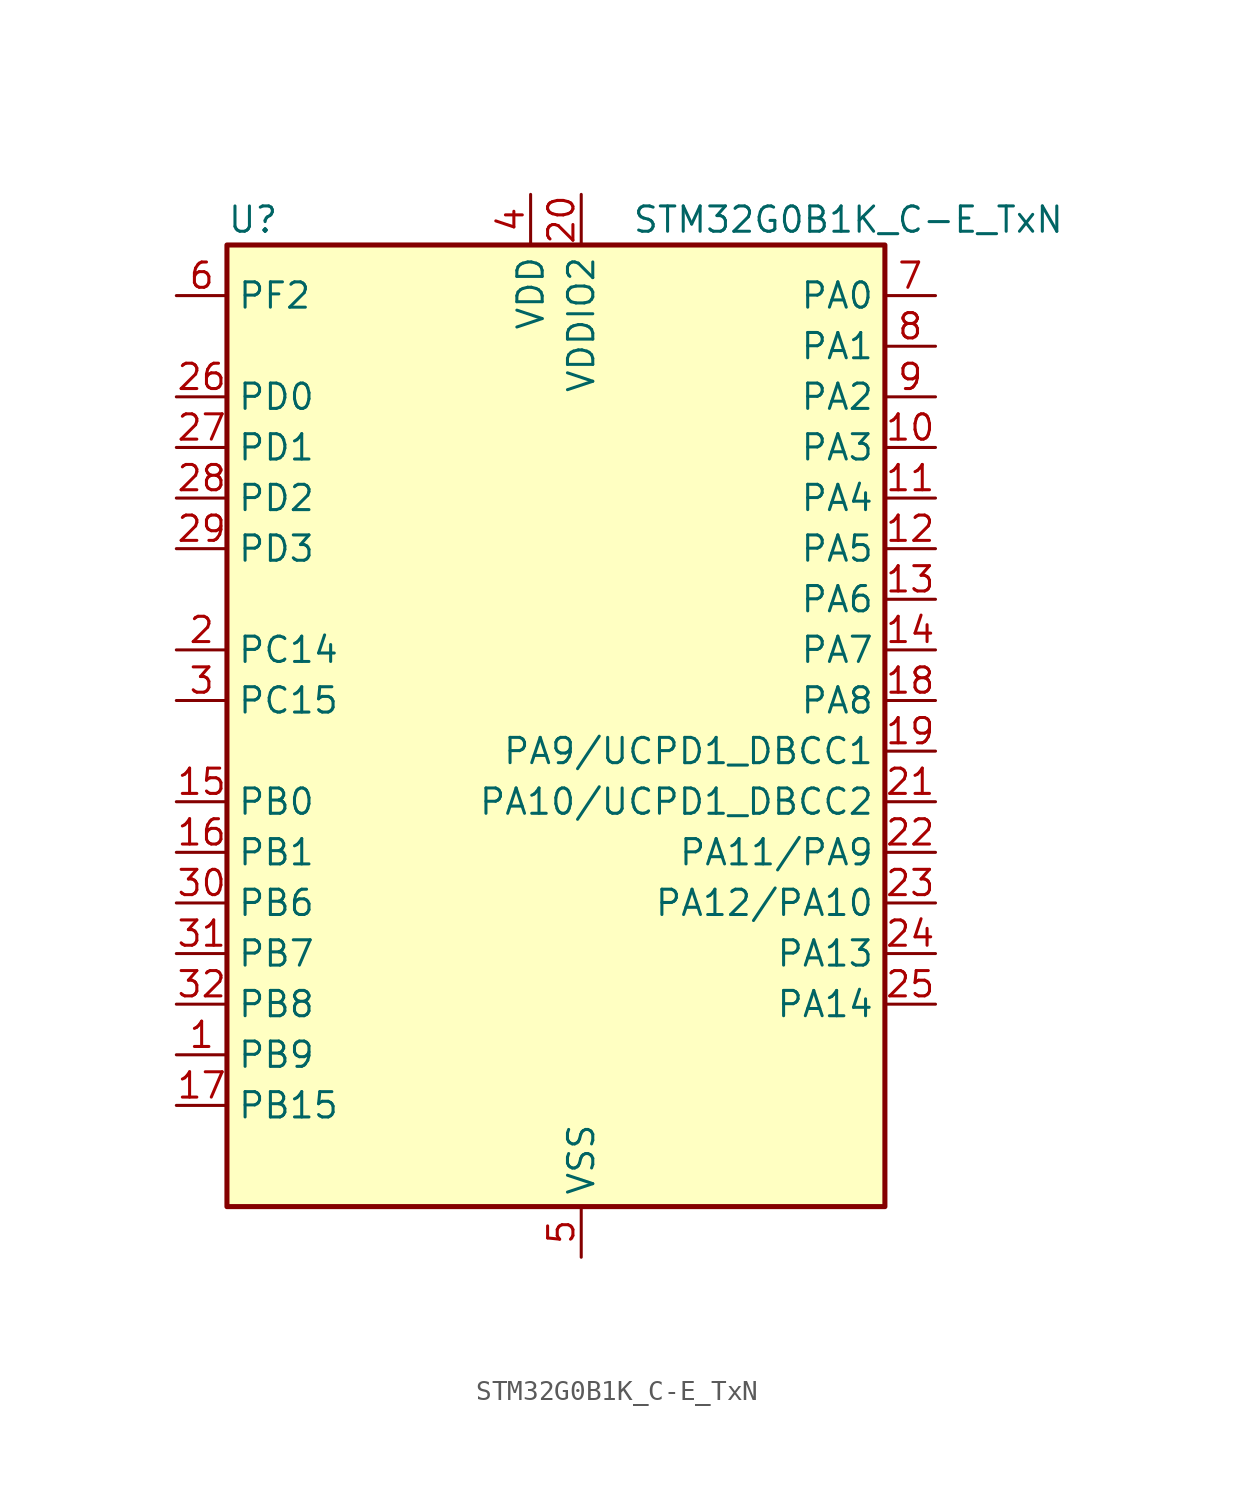
<source format=kicad_sym>
(kicad_symbol_lib
  (version 20211014)
  (generator kicad-library-utils)
  (symbol "STM32G0B1K_C-E_TxN"
    (property "Reference" "U"
      (at -15.24 26.67 0)
      (effects (font (size 1.27 1.27)) (justify left)))
    (property "Value" "STM32G0B1K_C-E_TxN"
      (at 5.08 26.67 0)
      (effects (font (size 1.27 1.27)) (justify left)))
    (property "ki_fp_filters" "LQFP*7x7mm*P0.8mm*"
      (at 0.0 0.0 0.0)
      (effects (font (size 1.27 1.27))))
    (symbol "STM32G0B1K_C-E_TxN_0_1"
      (rectangle (start -15.24 -22.86) (end 17.78 25.4) (stroke (width 0.254)) (fill (type background))))
    (symbol "STM32G0B1K_C-E_TxN_1_1"
      (pin bidirectional line (at -17.78 22.86 0) (length 2.54) (name "PF2" (effects (font (size 1.27 1.27)))) (number "6" (effects (font (size 1.27 1.27)))) (alternate "LPUART2_DE" bidirectional line) (alternate "LPUART2_RTS" bidirectional line) (alternate "LPUART2_TX" bidirectional line) (alternate "RCC_MCO" bidirectional line))
      (pin bidirectional line (at -17.78 17.78 0) (length 2.54) (name "PD0" (effects (font (size 1.27 1.27)))) (number "26" (effects (font (size 1.27 1.27)))) (alternate "FDCAN1_RX" bidirectional line) (alternate "I2S2_WS" bidirectional line) (alternate "SPI2_NSS" bidirectional line) (alternate "TIM16_CH1" bidirectional line) (alternate "UCPD2_CC1" bidirectional line))
      (pin bidirectional line (at -17.78 15.24 0) (length 2.54) (name "PD1" (effects (font (size 1.27 1.27)))) (number "27" (effects (font (size 1.27 1.27)))) (alternate "FDCAN1_TX" bidirectional line) (alternate "I2S2_CK" bidirectional line) (alternate "SPI2_SCK" bidirectional line) (alternate "TIM17_CH1" bidirectional line) (alternate "UCPD2_DBCC1" bidirectional line))
      (pin bidirectional line (at -17.78 12.7 0) (length 2.54) (name "PD2" (effects (font (size 1.27 1.27)))) (number "28" (effects (font (size 1.27 1.27)))) (alternate "TIM1_CH1N" bidirectional line) (alternate "TIM3_ETR" bidirectional line) (alternate "UCPD2_CC2" bidirectional line) (alternate "USART3_CK" bidirectional line) (alternate "USART3_DE" bidirectional line) (alternate "USART3_RTS" bidirectional line) (alternate "USART5_RX" bidirectional line))
      (pin bidirectional line (at -17.78 10.16 0) (length 2.54) (name "PD3" (effects (font (size 1.27 1.27)))) (number "29" (effects (font (size 1.27 1.27)))) (alternate "I2S2_MCK" bidirectional line) (alternate "SPI2_MISO" bidirectional line) (alternate "TIM1_CH2N" bidirectional line) (alternate "UCPD2_DBCC2" bidirectional line) (alternate "USART2_CTS" bidirectional line) (alternate "USART2_NSS" bidirectional line) (alternate "USART5_TX" bidirectional line))
      (pin bidirectional line (at -17.78 5.08 0) (length 2.54) (name "PC14" (effects (font (size 1.27 1.27)))) (number "2" (effects (font (size 1.27 1.27)))) (alternate "RCC_OSC32_IN" bidirectional line) (alternate "RCC_OSC_IN" bidirectional line) (alternate "TIM1_BK2" bidirectional line))
      (pin bidirectional line (at -17.78 2.54 0) (length 2.54) (name "PC15" (effects (font (size 1.27 1.27)))) (number "3" (effects (font (size 1.27 1.27)))) (alternate "RCC_OSC32_EN" bidirectional line) (alternate "RCC_OSC32_OUT" bidirectional line) (alternate "RCC_OSC_EN" bidirectional line) (alternate "TIM15_BK" bidirectional line))
      (pin bidirectional line (at -17.78 -2.54 0) (length 2.54) (name "PB0" (effects (font (size 1.27 1.27)))) (number "15" (effects (font (size 1.27 1.27)))) (alternate "ADC1_IN8" bidirectional line) (alternate "COMP1_OUT" bidirectional line) (alternate "COMP3_INP" bidirectional line) (alternate "FDCAN2_RX" bidirectional line) (alternate "I2S1_WS" bidirectional line) (alternate "LPTIM1_OUT" bidirectional line) (alternate "LPUART2_CTS" bidirectional line) (alternate "SPI1_NSS" bidirectional line) (alternate "TIM1_CH2N" bidirectional line) (alternate "TIM3_CH3" bidirectional line) (alternate "UCPD1_FRSTX1" bidirectional line) (alternate "UCPD1_FRSTX2" bidirectional line) (alternate "USART3_RX" bidirectional line) (alternate "USART5_TX" bidirectional line))
      (pin bidirectional line (at -17.78 -5.08 0) (length 2.54) (name "PB1" (effects (font (size 1.27 1.27)))) (number "16" (effects (font (size 1.27 1.27)))) (alternate "ADC1_IN9" bidirectional line) (alternate "COMP1_INM" bidirectional line) (alternate "COMP3_OUT" bidirectional line) (alternate "FDCAN2_TX" bidirectional line) (alternate "LPTIM2_IN1" bidirectional line) (alternate "LPUART1_DE" bidirectional line) (alternate "LPUART1_RTS" bidirectional line) (alternate "LPUART2_DE" bidirectional line) (alternate "LPUART2_RTS" bidirectional line) (alternate "TIM14_CH1" bidirectional line) (alternate "TIM1_CH3N" bidirectional line) (alternate "TIM3_CH4" bidirectional line) (alternate "USART3_CK" bidirectional line) (alternate "USART3_DE" bidirectional line) (alternate "USART3_RTS" bidirectional line) (alternate "USART5_RX" bidirectional line))
      (pin bidirectional line (at -17.78 -7.62 0) (length 2.54) (name "PB6" (effects (font (size 1.27 1.27)))) (number "30" (effects (font (size 1.27 1.27)))) (alternate "COMP2_INP" bidirectional line) (alternate "FDCAN2_TX" bidirectional line) (alternate "I2C1_SCL" bidirectional line) (alternate "I2S2_MCK" bidirectional line) (alternate "LPTIM1_ETR" bidirectional line) (alternate "LPUART2_TX" bidirectional line) (alternate "SPI2_MISO" bidirectional line) (alternate "TIM16_CH1N" bidirectional line) (alternate "TIM1_CH3" bidirectional line) (alternate "TIM4_CH1" bidirectional line) (alternate "USART1_TX" bidirectional line) (alternate "USART5_CTS" bidirectional line) (alternate "USART5_NSS" bidirectional line))
      (pin bidirectional line (at -17.78 -10.16 0) (length 2.54) (name "PB7" (effects (font (size 1.27 1.27)))) (number "31" (effects (font (size 1.27 1.27)))) (alternate "COMP2_INM" bidirectional line) (alternate "I2C1_SDA" bidirectional line) (alternate "I2S2_SD" bidirectional line) (alternate "LPTIM1_IN2" bidirectional line) (alternate "LPUART2_RX" bidirectional line) (alternate "SPI2_MOSI" bidirectional line) (alternate "SYS_PVD_IN" bidirectional line) (alternate "TIM17_CH1N" bidirectional line) (alternate "TIM4_CH2" bidirectional line) (alternate "USART1_RX" bidirectional line) (alternate "USART4_CTS" bidirectional line) (alternate "USART4_NSS" bidirectional line))
      (pin bidirectional line (at -17.78 -12.7 0) (length 2.54) (name "PB8" (effects (font (size 1.27 1.27)))) (number "32" (effects (font (size 1.27 1.27)))) (alternate "CEC" bidirectional line) (alternate "FDCAN1_RX" bidirectional line) (alternate "I2C1_SCL" bidirectional line) (alternate "I2S2_CK" bidirectional line) (alternate "SPI2_SCK" bidirectional line) (alternate "TIM15_BK" bidirectional line) (alternate "TIM16_CH1" bidirectional line) (alternate "TIM4_CH3" bidirectional line) (alternate "USART3_TX" bidirectional line) (alternate "USART6_TX" bidirectional line))
      (pin bidirectional line (at -17.78 -15.24 0) (length 2.54) (name "PB9" (effects (font (size 1.27 1.27)))) (number "1" (effects (font (size 1.27 1.27)))) (alternate "DAC1_EXTI9" bidirectional line) (alternate "FDCAN1_TX" bidirectional line) (alternate "I2C1_SDA" bidirectional line) (alternate "I2S2_WS" bidirectional line) (alternate "IR_OUT" bidirectional line) (alternate "SPI2_NSS" bidirectional line) (alternate "TIM17_CH1" bidirectional line) (alternate "TIM4_CH4" bidirectional line) (alternate "UCPD2_FRSTX1" bidirectional line) (alternate "UCPD2_FRSTX2" bidirectional line) (alternate "USART3_RX" bidirectional line) (alternate "USART6_RX" bidirectional line))
      (pin bidirectional line (at -17.78 -17.78 0) (length 2.54) (name "PB15" (effects (font (size 1.27 1.27)))) (number "17" (effects (font (size 1.27 1.27)))) (alternate "I2S2_SD" bidirectional line) (alternate "RTC_REFIN" bidirectional line) (alternate "SPI2_MOSI" bidirectional line) (alternate "TIM15_CH1N" bidirectional line) (alternate "TIM15_CH2" bidirectional line) (alternate "TIM1_CH3N" bidirectional line) (alternate "UCPD1_CC2" bidirectional line) (alternate "USART6_CTS" bidirectional line) (alternate "USART6_NSS" bidirectional line))
      (pin bidirectional line (at 20.32 22.86 180) (length 2.54) (name "PA0" (effects (font (size 1.27 1.27)))) (number "7" (effects (font (size 1.27 1.27)))) (alternate "ADC1_IN0" bidirectional line) (alternate "COMP1_INM" bidirectional line) (alternate "COMP1_OUT" bidirectional line) (alternate "I2S2_CK" bidirectional line) (alternate "LPTIM1_OUT" bidirectional line) (alternate "RTC_TAMP_IN2" bidirectional line) (alternate "SPI2_SCK" bidirectional line) (alternate "SYS_WKUP1" bidirectional line) (alternate "TIM2_CH1" bidirectional line) (alternate "TIM2_ETR" bidirectional line) (alternate "UCPD2_FRSTX1" bidirectional line) (alternate "UCPD2_FRSTX2" bidirectional line) (alternate "USART2_CTS" bidirectional line) (alternate "USART2_NSS" bidirectional line) (alternate "USART4_TX" bidirectional line))
      (pin bidirectional line (at 20.32 20.32 180) (length 2.54) (name "PA1" (effects (font (size 1.27 1.27)))) (number "8" (effects (font (size 1.27 1.27)))) (alternate "ADC1_IN1" bidirectional line) (alternate "COMP1_INP" bidirectional line) (alternate "I2C1_SMBA" bidirectional line) (alternate "I2S1_CK" bidirectional line) (alternate "SPI1_SCK" bidirectional line) (alternate "TIM15_CH1N" bidirectional line) (alternate "TIM2_CH2" bidirectional line) (alternate "USART2_CK" bidirectional line) (alternate "USART2_DE" bidirectional line) (alternate "USART2_RTS" bidirectional line) (alternate "USART4_RX" bidirectional line))
      (pin bidirectional line (at 20.32 17.78 180) (length 2.54) (name "PA2" (effects (font (size 1.27 1.27)))) (number "9" (effects (font (size 1.27 1.27)))) (alternate "ADC1_IN2" bidirectional line) (alternate "COMP2_INM" bidirectional line) (alternate "COMP2_OUT" bidirectional line) (alternate "I2S1_SD" bidirectional line) (alternate "LPUART1_TX" bidirectional line) (alternate "RCC_LSCO" bidirectional line) (alternate "SPI1_MOSI" bidirectional line) (alternate "SYS_WKUP4" bidirectional line) (alternate "TIM15_CH1" bidirectional line) (alternate "TIM2_CH3" bidirectional line) (alternate "UCPD1_FRSTX1" bidirectional line) (alternate "UCPD1_FRSTX2" bidirectional line) (alternate "USART2_TX" bidirectional line))
      (pin bidirectional line (at 20.32 15.24 180) (length 2.54) (name "PA3" (effects (font (size 1.27 1.27)))) (number "10" (effects (font (size 1.27 1.27)))) (alternate "ADC1_IN3" bidirectional line) (alternate "COMP2_INP" bidirectional line) (alternate "I2S2_MCK" bidirectional line) (alternate "LPUART1_RX" bidirectional line) (alternate "SPI2_MISO" bidirectional line) (alternate "TIM15_CH2" bidirectional line) (alternate "TIM2_CH4" bidirectional line) (alternate "UCPD2_FRSTX1" bidirectional line) (alternate "UCPD2_FRSTX2" bidirectional line) (alternate "USART2_RX" bidirectional line))
      (pin bidirectional line (at 20.32 12.7 180) (length 2.54) (name "PA4" (effects (font (size 1.27 1.27)))) (number "11" (effects (font (size 1.27 1.27)))) (alternate "ADC1_IN4" bidirectional line) (alternate "DAC1_OUT1" bidirectional line) (alternate "I2S1_WS" bidirectional line) (alternate "I2S2_SD" bidirectional line) (alternate "LPTIM2_OUT" bidirectional line) (alternate "RTC_OUT1" bidirectional line) (alternate "RTC_TAMP_IN1" bidirectional line) (alternate "RTC_TS" bidirectional line) (alternate "SPI1_NSS" bidirectional line) (alternate "SPI2_MOSI" bidirectional line) (alternate "SYS_WKUP2" bidirectional line) (alternate "TIM14_CH1" bidirectional line) (alternate "UCPD2_FRSTX1" bidirectional line) (alternate "UCPD2_FRSTX2" bidirectional line) (alternate "USART6_TX" bidirectional line) (alternate "USB_NOE" bidirectional line))
      (pin bidirectional line (at 20.32 10.16 180) (length 2.54) (name "PA5" (effects (font (size 1.27 1.27)))) (number "12" (effects (font (size 1.27 1.27)))) (alternate "ADC1_IN5" bidirectional line) (alternate "CEC" bidirectional line) (alternate "DAC1_OUT2" bidirectional line) (alternate "I2S1_CK" bidirectional line) (alternate "LPTIM2_ETR" bidirectional line) (alternate "SPI1_SCK" bidirectional line) (alternate "TIM2_CH1" bidirectional line) (alternate "TIM2_ETR" bidirectional line) (alternate "UCPD1_FRSTX1" bidirectional line) (alternate "UCPD1_FRSTX2" bidirectional line) (alternate "USART3_TX" bidirectional line) (alternate "USART6_RX" bidirectional line))
      (pin bidirectional line (at 20.32 7.62 180) (length 2.54) (name "PA6" (effects (font (size 1.27 1.27)))) (number "13" (effects (font (size 1.27 1.27)))) (alternate "ADC1_IN6" bidirectional line) (alternate "COMP1_OUT" bidirectional line) (alternate "I2C2_SDA" bidirectional line) (alternate "I2C3_SDA" bidirectional line) (alternate "I2S1_MCK" bidirectional line) (alternate "LPUART1_CTS" bidirectional line) (alternate "SPI1_MISO" bidirectional line) (alternate "TIM16_CH1" bidirectional line) (alternate "TIM1_BK" bidirectional line) (alternate "TIM3_CH1" bidirectional line) (alternate "USART3_CTS" bidirectional line) (alternate "USART3_NSS" bidirectional line) (alternate "USART6_CTS" bidirectional line) (alternate "USART6_NSS" bidirectional line))
      (pin bidirectional line (at 20.32 5.08 180) (length 2.54) (name "PA7" (effects (font (size 1.27 1.27)))) (number "14" (effects (font (size 1.27 1.27)))) (alternate "ADC1_IN7" bidirectional line) (alternate "COMP2_OUT" bidirectional line) (alternate "I2C2_SCL" bidirectional line) (alternate "I2C3_SCL" bidirectional line) (alternate "I2S1_SD" bidirectional line) (alternate "SPI1_MOSI" bidirectional line) (alternate "TIM14_CH1" bidirectional line) (alternate "TIM17_CH1" bidirectional line) (alternate "TIM1_CH1N" bidirectional line) (alternate "TIM3_CH2" bidirectional line) (alternate "UCPD1_FRSTX1" bidirectional line) (alternate "UCPD1_FRSTX2" bidirectional line) (alternate "USART6_CK" bidirectional line) (alternate "USART6_DE" bidirectional line) (alternate "USART6_RTS" bidirectional line))
      (pin bidirectional line (at 20.32 2.54 180) (length 2.54) (name "PA8" (effects (font (size 1.27 1.27)))) (number "18" (effects (font (size 1.27 1.27)))) (alternate "CRS1_SYNC" bidirectional line) (alternate "I2C2_SMBA" bidirectional line) (alternate "I2S2_WS" bidirectional line) (alternate "LPTIM2_OUT" bidirectional line) (alternate "RCC_MCO" bidirectional line) (alternate "SPI2_NSS" bidirectional line) (alternate "TIM1_CH1" bidirectional line) (alternate "UCPD1_CC1" bidirectional line))
      (pin bidirectional line (at 20.32 0.0 180) (length 2.54) (name "PA9/UCPD1_DBCC1" (effects (font (size 1.27 1.27)))) (number "19" (effects (font (size 1.27 1.27)))) (alternate "DAC1_EXTI9" bidirectional line) (alternate "I2C1_SCL" bidirectional line) (alternate "I2C2_SCL" bidirectional line) (alternate "I2S2_MCK" bidirectional line) (alternate "RCC_MCO" bidirectional line) (alternate "SPI2_MISO" bidirectional line) (alternate "TIM15_BK" bidirectional line) (alternate "TIM1_CH2" bidirectional line) (alternate "UCPD1_DBCC1" bidirectional line) (alternate "USART1_TX" bidirectional line))
      (pin bidirectional line (at 20.32 -2.54 180) (length 2.54) (name "PA10/UCPD1_DBCC2" (effects (font (size 1.27 1.27)))) (number "21" (effects (font (size 1.27 1.27)))) (alternate "I2C1_SDA" bidirectional line) (alternate "I2C2_SDA" bidirectional line) (alternate "I2S2_SD" bidirectional line) (alternate "RCC_MCO_2" bidirectional line) (alternate "SPI2_MOSI" bidirectional line) (alternate "TIM17_BK" bidirectional line) (alternate "TIM1_CH3" bidirectional line) (alternate "UCPD1_DBCC2" bidirectional line) (alternate "USART1_RX" bidirectional line))
      (pin bidirectional line (at 20.32 -5.08 180) (length 2.54) (name "PA11/PA9" (effects (font (size 1.27 1.27)))) (number "22" (effects (font (size 1.27 1.27)))) (alternate "ADC1_EXTI11" bidirectional line) (alternate "COMP1_OUT" bidirectional line) (alternate "FDCAN1_RX" bidirectional line) (alternate "I2C2_SCL" bidirectional line) (alternate "I2S1_MCK" bidirectional line) (alternate "SPI1_MISO" bidirectional line) (alternate "TIM1_BK2" bidirectional line) (alternate "TIM1_CH4" bidirectional line) (alternate "USART1_CTS" bidirectional line) (alternate "USART1_NSS" bidirectional line) (alternate "USB_DM" bidirectional line))
      (pin bidirectional line (at 20.32 -7.62 180) (length 2.54) (name "PA12/PA10" (effects (font (size 1.27 1.27)))) (number "23" (effects (font (size 1.27 1.27)))) (alternate "COMP2_OUT" bidirectional line) (alternate "FDCAN1_TX" bidirectional line) (alternate "I2C2_SDA" bidirectional line) (alternate "I2S1_SD" bidirectional line) (alternate "I2S_CKIN" bidirectional line) (alternate "SPI1_MOSI" bidirectional line) (alternate "TIM1_ETR" bidirectional line) (alternate "USART1_CK" bidirectional line) (alternate "USART1_DE" bidirectional line) (alternate "USART1_RTS" bidirectional line) (alternate "USB_DP" bidirectional line))
      (pin bidirectional line (at 20.32 -10.16 180) (length 2.54) (name "PA13" (effects (font (size 1.27 1.27)))) (number "24" (effects (font (size 1.27 1.27)))) (alternate "IR_OUT" bidirectional line) (alternate "LPUART2_RX" bidirectional line) (alternate "SYS_SWDIO" bidirectional line) (alternate "USB_NOE" bidirectional line))
      (pin bidirectional line (at 20.32 -12.7 180) (length 2.54) (name "PA14" (effects (font (size 1.27 1.27)))) (number "25" (effects (font (size 1.27 1.27)))) (alternate "LPUART2_TX" bidirectional line) (alternate "SYS_SWCLK" bidirectional line) (alternate "USART2_TX" bidirectional line))
      (pin power_in line (at 0.0 27.94 270) (length 2.54) (name "VDD" (effects (font (size 1.27 1.27)))) (number "4" (effects (font (size 1.27 1.27)))))
      (pin power_in line (at 2.54 27.94 270) (length 2.54) (name "VDDIO2" (effects (font (size 1.27 1.27)))) (number "20" (effects (font (size 1.27 1.27)))))
      (pin power_in line (at 2.54 -25.4 90) (length 2.54) (name "VSS" (effects (font (size 1.27 1.27)))) (number "5" (effects (font (size 1.27 1.27))))))))
</source>
